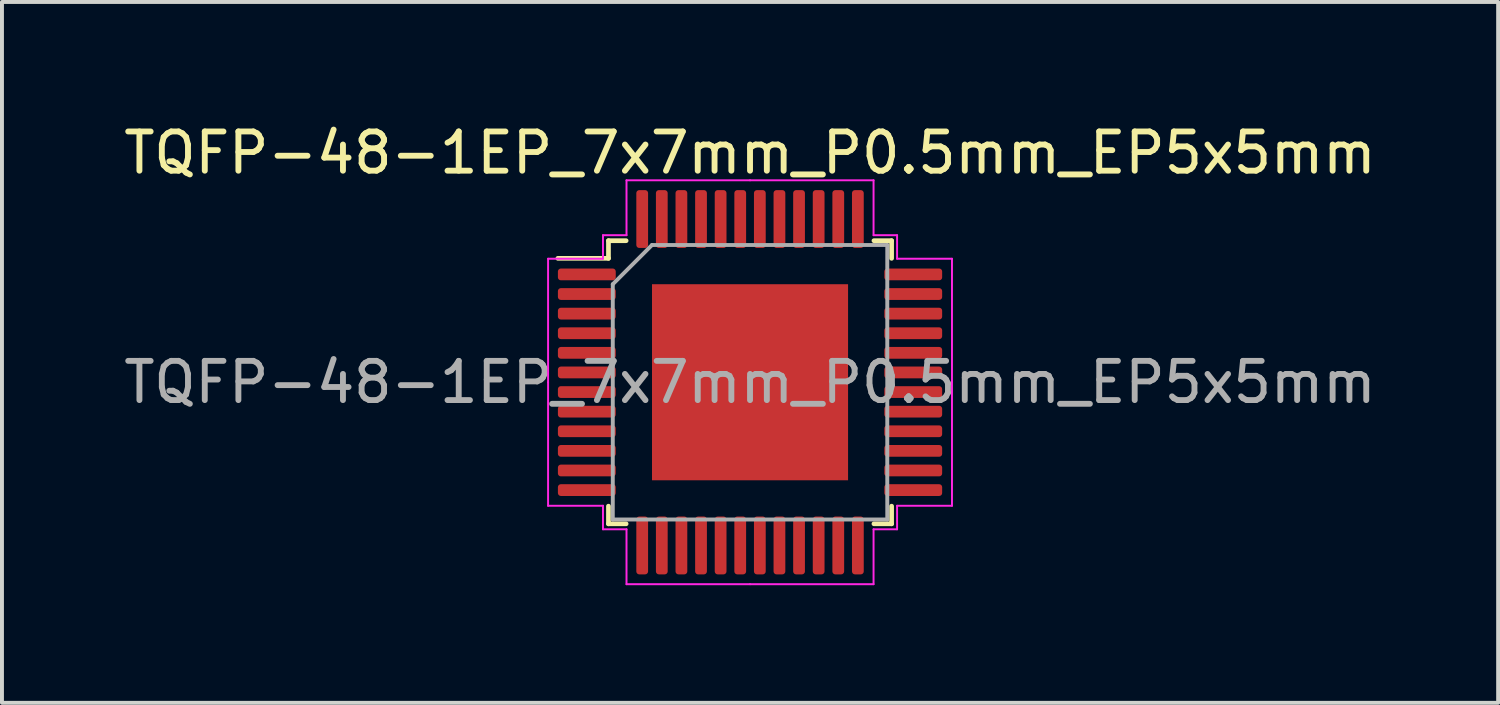
<source format=kicad_pcb>
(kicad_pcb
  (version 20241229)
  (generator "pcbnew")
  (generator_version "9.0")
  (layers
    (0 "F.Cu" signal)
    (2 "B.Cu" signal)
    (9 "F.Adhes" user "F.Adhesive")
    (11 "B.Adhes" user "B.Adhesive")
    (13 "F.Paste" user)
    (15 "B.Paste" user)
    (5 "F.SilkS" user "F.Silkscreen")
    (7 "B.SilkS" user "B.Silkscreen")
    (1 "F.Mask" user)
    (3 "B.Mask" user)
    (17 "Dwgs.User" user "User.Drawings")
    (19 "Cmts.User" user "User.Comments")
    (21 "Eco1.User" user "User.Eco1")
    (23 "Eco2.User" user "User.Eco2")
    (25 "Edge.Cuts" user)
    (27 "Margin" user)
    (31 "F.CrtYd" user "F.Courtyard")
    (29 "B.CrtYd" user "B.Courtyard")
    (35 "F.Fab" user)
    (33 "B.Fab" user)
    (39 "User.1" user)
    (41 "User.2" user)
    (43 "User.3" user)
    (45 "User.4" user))
  (footprint "TQFP-48-1EP_7x7mm_P0.5mm_EP5x5mm"
    (layer "F.Cu")
    (at 16.077 6.698)
    (property "Reference" "TQFP-48-1EP_7x7mm_P0.5mm_EP5x5mm" (at 0 -5.85 0) (layer "F.SilkS") (effects (font (size 1 1) (thickness 0.15))))
    (attr smd)
    (fp_line (start -3.61 -3.61) (end -3.61 -3.16) (stroke (width 0.12) (type solid)) (layer "F.SilkS"))
    (fp_line (start -3.61 -3.16) (end -4.9 -3.16) (stroke (width 0.12) (type solid)) (layer "F.SilkS"))
    (fp_line (start -3.61 3.61) (end -3.61 3.16) (stroke (width 0.12) (type solid)) (layer "F.SilkS"))
    (fp_line (start -3.16 -3.61) (end -3.61 -3.61) (stroke (width 0.12) (type solid)) (layer "F.SilkS"))
    (fp_line (start -3.16 3.61) (end -3.61 3.61) (stroke (width 0.12) (type solid)) (layer "F.SilkS"))
    (fp_line (start 3.16 -3.61) (end 3.61 -3.61) (stroke (width 0.12) (type solid)) (layer "F.SilkS"))
    (fp_line (start 3.16 3.61) (end 3.61 3.61) (stroke (width 0.12) (type solid)) (layer "F.SilkS"))
    (fp_line (start 3.61 -3.61) (end 3.61 -3.16) (stroke (width 0.12) (type solid)) (layer "F.SilkS"))
    (fp_line (start 3.61 3.61) (end 3.61 3.16) (stroke (width 0.12) (type solid)) (layer "F.SilkS"))
    (fp_line (start -5.15 -3.15) (end -5.15 0) (stroke (width 0.05) (type solid)) (layer "F.CrtYd"))
    (fp_line (start -5.15 3.15) (end -5.15 0) (stroke (width 0.05) (type solid)) (layer "F.CrtYd"))
    (fp_line (start -3.75 -3.75) (end -3.75 -3.15) (stroke (width 0.05) (type solid)) (layer "F.CrtYd"))
    (fp_line (start -3.75 -3.15) (end -5.15 -3.15) (stroke (width 0.05) (type solid)) (layer "F.CrtYd"))
    (fp_line (start -3.75 3.15) (end -5.15 3.15) (stroke (width 0.05) (type solid)) (layer "F.CrtYd"))
    (fp_line (start -3.75 3.75) (end -3.75 3.15) (stroke (width 0.05) (type solid)) (layer "F.CrtYd"))
    (fp_line (start -3.15 -5.15) (end -3.15 -3.75) (stroke (width 0.05) (type solid)) (layer "F.CrtYd"))
    (fp_line (start -3.15 -3.75) (end -3.75 -3.75) (stroke (width 0.05) (type solid)) (layer "F.CrtYd"))
    (fp_line (start -3.15 3.75) (end -3.75 3.75) (stroke (width 0.05) (type solid)) (layer "F.CrtYd"))
    (fp_line (start -3.15 5.15) (end -3.15 3.75) (stroke (width 0.05) (type solid)) (layer "F.CrtYd"))
    (fp_line (start 0 -5.15) (end -3.15 -5.15) (stroke (width 0.05) (type solid)) (layer "F.CrtYd"))
    (fp_line (start 0 -5.15) (end 3.15 -5.15) (stroke (width 0.05) (type solid)) (layer "F.CrtYd"))
    (fp_line (start 0 5.15) (end -3.15 5.15) (stroke (width 0.05) (type solid)) (layer "F.CrtYd"))
    (fp_line (start 0 5.15) (end 3.15 5.15) (stroke (width 0.05) (type solid)) (layer "F.CrtYd"))
    (fp_line (start 3.15 -5.15) (end 3.15 -3.75) (stroke (width 0.05) (type solid)) (layer "F.CrtYd"))
    (fp_line (start 3.15 -3.75) (end 3.75 -3.75) (stroke (width 0.05) (type solid)) (layer "F.CrtYd"))
    (fp_line (start 3.15 3.75) (end 3.75 3.75) (stroke (width 0.05) (type solid)) (layer "F.CrtYd"))
    (fp_line (start 3.15 5.15) (end 3.15 3.75) (stroke (width 0.05) (type solid)) (layer "F.CrtYd"))
    (fp_line (start 3.75 -3.75) (end 3.75 -3.15) (stroke (width 0.05) (type solid)) (layer "F.CrtYd"))
    (fp_line (start 3.75 -3.15) (end 5.15 -3.15) (stroke (width 0.05) (type solid)) (layer "F.CrtYd"))
    (fp_line (start 3.75 3.15) (end 5.15 3.15) (stroke (width 0.05) (type solid)) (layer "F.CrtYd"))
    (fp_line (start 3.75 3.75) (end 3.75 3.15) (stroke (width 0.05) (type solid)) (layer "F.CrtYd"))
    (fp_line (start 5.15 -3.15) (end 5.15 0) (stroke (width 0.05) (type solid)) (layer "F.CrtYd"))
    (fp_line (start 5.15 3.15) (end 5.15 0) (stroke (width 0.05) (type solid)) (layer "F.CrtYd"))
    (fp_line (start -3.5 -2.5) (end -2.5 -3.5) (stroke (width 0.1) (type solid)) (layer "F.Fab"))
    (fp_line (start -3.5 3.5) (end -3.5 -2.5) (stroke (width 0.1) (type solid)) (layer "F.Fab"))
    (fp_line (start -2.5 -3.5) (end 3.5 -3.5) (stroke (width 0.1) (type solid)) (layer "F.Fab"))
    (fp_line (start 3.5 -3.5) (end 3.5 3.5) (stroke (width 0.1) (type solid)) (layer "F.Fab"))
    (fp_line (start 3.5 3.5) (end -3.5 3.5) (stroke (width 0.1) (type solid)) (layer "F.Fab"))
    (fp_text user "${REFERENCE}" (at 0 0 0) (layer "F.Fab") (effects (font (size 1 1) (thickness 0.15))))
    (pad "" smd roundrect (at -1.875 -1.875) (size 1.01 1.01) (layers "F.Paste") (roundrect_rratio 0.248))
    (pad "" smd roundrect (at -1.875 -0.625) (size 1.01 1.01) (layers "F.Paste") (roundrect_rratio 0.248))
    (pad "" smd roundrect (at -1.875 0.625) (size 1.01 1.01) (layers "F.Paste") (roundrect_rratio 0.248))
    (pad "" smd roundrect (at -1.875 1.875) (size 1.01 1.01) (layers "F.Paste") (roundrect_rratio 0.248))
    (pad "" smd roundrect (at -0.625 -1.875) (size 1.01 1.01) (layers "F.Paste") (roundrect_rratio 0.248))
    (pad "" smd roundrect (at -0.625 -0.625) (size 1.01 1.01) (layers "F.Paste") (roundrect_rratio 0.248))
    (pad "" smd roundrect (at -0.625 0.625) (size 1.01 1.01) (layers "F.Paste") (roundrect_rratio 0.248))
    (pad "" smd roundrect (at -0.625 1.875) (size 1.01 1.01) (layers "F.Paste") (roundrect_rratio 0.248))
    (pad "" smd roundrect (at 0.625 -1.875) (size 1.01 1.01) (layers "F.Paste") (roundrect_rratio 0.248))
    (pad "" smd roundrect (at 0.625 -0.625) (size 1.01 1.01) (layers "F.Paste") (roundrect_rratio 0.248))
    (pad "" smd roundrect (at 0.625 0.625) (size 1.01 1.01) (layers "F.Paste") (roundrect_rratio 0.248))
    (pad "" smd roundrect (at 0.625 1.875) (size 1.01 1.01) (layers "F.Paste") (roundrect_rratio 0.248))
    (pad "" smd roundrect (at 1.875 -1.875) (size 1.01 1.01) (layers "F.Paste") (roundrect_rratio 0.248))
    (pad "" smd roundrect (at 1.875 -0.625) (size 1.01 1.01) (layers "F.Paste") (roundrect_rratio 0.248))
    (pad "" smd roundrect (at 1.875 0.625) (size 1.01 1.01) (layers "F.Paste") (roundrect_rratio 0.248))
    (pad "" smd roundrect (at 1.875 1.875) (size 1.01 1.01) (layers "F.Paste") (roundrect_rratio 0.248))
    (pad "1" smd roundrect (at -4.162 -2.75) (size 1.475 0.3) (layers "F.Cu" "F.Mask" "F.Paste") (roundrect_rratio 0.25))
    (pad "2" smd roundrect (at -4.162 -2.25) (size 1.475 0.3) (layers "F.Cu" "F.Mask" "F.Paste") (roundrect_rratio 0.25))
    (pad "3" smd roundrect (at -4.162 -1.75) (size 1.475 0.3) (layers "F.Cu" "F.Mask" "F.Paste") (roundrect_rratio 0.25))
    (pad "4" smd roundrect (at -4.162 -1.25) (size 1.475 0.3) (layers "F.Cu" "F.Mask" "F.Paste") (roundrect_rratio 0.25))
    (pad "5" smd roundrect (at -4.162 -0.75) (size 1.475 0.3) (layers "F.Cu" "F.Mask" "F.Paste") (roundrect_rratio 0.25))
    (pad "6" smd roundrect (at -4.162 -0.25) (size 1.475 0.3) (layers "F.Cu" "F.Mask" "F.Paste") (roundrect_rratio 0.25))
    (pad "7" smd roundrect (at -4.162 0.25) (size 1.475 0.3) (layers "F.Cu" "F.Mask" "F.Paste") (roundrect_rratio 0.25))
    (pad "8" smd roundrect (at -4.162 0.75) (size 1.475 0.3) (layers "F.Cu" "F.Mask" "F.Paste") (roundrect_rratio 0.25))
    (pad "9" smd roundrect (at -4.162 1.25) (size 1.475 0.3) (layers "F.Cu" "F.Mask" "F.Paste") (roundrect_rratio 0.25))
    (pad "10" smd roundrect (at -4.162 1.75) (size 1.475 0.3) (layers "F.Cu" "F.Mask" "F.Paste") (roundrect_rratio 0.25))
    (pad "11" smd roundrect (at -4.162 2.25) (size 1.475 0.3) (layers "F.Cu" "F.Mask" "F.Paste") (roundrect_rratio 0.25))
    (pad "12" smd roundrect (at -4.162 2.75) (size 1.475 0.3) (layers "F.Cu" "F.Mask" "F.Paste") (roundrect_rratio 0.25))
    (pad "13" smd roundrect (at -2.75 4.162) (size 0.3 1.475) (layers "F.Cu" "F.Mask" "F.Paste") (roundrect_rratio 0.25))
    (pad "14" smd roundrect (at -2.25 4.162) (size 0.3 1.475) (layers "F.Cu" "F.Mask" "F.Paste") (roundrect_rratio 0.25))
    (pad "15" smd roundrect (at -1.75 4.162) (size 0.3 1.475) (layers "F.Cu" "F.Mask" "F.Paste") (roundrect_rratio 0.25))
    (pad "16" smd roundrect (at -1.25 4.162) (size 0.3 1.475) (layers "F.Cu" "F.Mask" "F.Paste") (roundrect_rratio 0.25))
    (pad "17" smd roundrect (at -0.75 4.162) (size 0.3 1.475) (layers "F.Cu" "F.Mask" "F.Paste") (roundrect_rratio 0.25))
    (pad "18" smd roundrect (at -0.25 4.162) (size 0.3 1.475) (layers "F.Cu" "F.Mask" "F.Paste") (roundrect_rratio 0.25))
    (pad "19" smd roundrect (at 0.25 4.162) (size 0.3 1.475) (layers "F.Cu" "F.Mask" "F.Paste") (roundrect_rratio 0.25))
    (pad "20" smd roundrect (at 0.75 4.162) (size 0.3 1.475) (layers "F.Cu" "F.Mask" "F.Paste") (roundrect_rratio 0.25))
    (pad "21" smd roundrect (at 1.25 4.162) (size 0.3 1.475) (layers "F.Cu" "F.Mask" "F.Paste") (roundrect_rratio 0.25))
    (pad "22" smd roundrect (at 1.75 4.162) (size 0.3 1.475) (layers "F.Cu" "F.Mask" "F.Paste") (roundrect_rratio 0.25))
    (pad "23" smd roundrect (at 2.25 4.162) (size 0.3 1.475) (layers "F.Cu" "F.Mask" "F.Paste") (roundrect_rratio 0.25))
    (pad "24" smd roundrect (at 2.75 4.162) (size 0.3 1.475) (layers "F.Cu" "F.Mask" "F.Paste") (roundrect_rratio 0.25))
    (pad "25" smd roundrect (at 4.162 2.75) (size 1.475 0.3) (layers "F.Cu" "F.Mask" "F.Paste") (roundrect_rratio 0.25))
    (pad "26" smd roundrect (at 4.162 2.25) (size 1.475 0.3) (layers "F.Cu" "F.Mask" "F.Paste") (roundrect_rratio 0.25))
    (pad "27" smd roundrect (at 4.162 1.75) (size 1.475 0.3) (layers "F.Cu" "F.Mask" "F.Paste") (roundrect_rratio 0.25))
    (pad "28" smd roundrect (at 4.162 1.25) (size 1.475 0.3) (layers "F.Cu" "F.Mask" "F.Paste") (roundrect_rratio 0.25))
    (pad "29" smd roundrect (at 4.162 0.75) (size 1.475 0.3) (layers "F.Cu" "F.Mask" "F.Paste") (roundrect_rratio 0.25))
    (pad "30" smd roundrect (at 4.162 0.25) (size 1.475 0.3) (layers "F.Cu" "F.Mask" "F.Paste") (roundrect_rratio 0.25))
    (pad "31" smd roundrect (at 4.162 -0.25) (size 1.475 0.3) (layers "F.Cu" "F.Mask" "F.Paste") (roundrect_rratio 0.25))
    (pad "32" smd roundrect (at 4.162 -0.75) (size 1.475 0.3) (layers "F.Cu" "F.Mask" "F.Paste") (roundrect_rratio 0.25))
    (pad "33" smd roundrect (at 4.162 -1.25) (size 1.475 0.3) (layers "F.Cu" "F.Mask" "F.Paste") (roundrect_rratio 0.25))
    (pad "34" smd roundrect (at 4.162 -1.75) (size 1.475 0.3) (layers "F.Cu" "F.Mask" "F.Paste") (roundrect_rratio 0.25))
    (pad "35" smd roundrect (at 4.162 -2.25) (size 1.475 0.3) (layers "F.Cu" "F.Mask" "F.Paste") (roundrect_rratio 0.25))
    (pad "36" smd roundrect (at 4.162 -2.75) (size 1.475 0.3) (layers "F.Cu" "F.Mask" "F.Paste") (roundrect_rratio 0.25))
    (pad "37" smd roundrect (at 2.75 -4.162) (size 0.3 1.475) (layers "F.Cu" "F.Mask" "F.Paste") (roundrect_rratio 0.25))
    (pad "38" smd roundrect (at 2.25 -4.162) (size 0.3 1.475) (layers "F.Cu" "F.Mask" "F.Paste") (roundrect_rratio 0.25))
    (pad "39" smd roundrect (at 1.75 -4.162) (size 0.3 1.475) (layers "F.Cu" "F.Mask" "F.Paste") (roundrect_rratio 0.25))
    (pad "40" smd roundrect (at 1.25 -4.162) (size 0.3 1.475) (layers "F.Cu" "F.Mask" "F.Paste") (roundrect_rratio 0.25))
    (pad "41" smd roundrect (at 0.75 -4.162) (size 0.3 1.475) (layers "F.Cu" "F.Mask" "F.Paste") (roundrect_rratio 0.25))
    (pad "42" smd roundrect (at 0.25 -4.162) (size 0.3 1.475) (layers "F.Cu" "F.Mask" "F.Paste") (roundrect_rratio 0.25))
    (pad "43" smd roundrect (at -0.25 -4.162) (size 0.3 1.475) (layers "F.Cu" "F.Mask" "F.Paste") (roundrect_rratio 0.25))
    (pad "44" smd roundrect (at -0.75 -4.162) (size 0.3 1.475) (layers "F.Cu" "F.Mask" "F.Paste") (roundrect_rratio 0.25))
    (pad "45" smd roundrect (at -1.25 -4.162) (size 0.3 1.475) (layers "F.Cu" "F.Mask" "F.Paste") (roundrect_rratio 0.25))
    (pad "46" smd roundrect (at -1.75 -4.162) (size 0.3 1.475) (layers "F.Cu" "F.Mask" "F.Paste") (roundrect_rratio 0.25))
    (pad "47" smd roundrect (at -2.25 -4.162) (size 0.3 1.475) (layers "F.Cu" "F.Mask" "F.Paste") (roundrect_rratio 0.25))
    (pad "48" smd roundrect (at -2.75 -4.162) (size 0.3 1.475) (layers "F.Cu" "F.Mask" "F.Paste") (roundrect_rratio 0.25))
    (pad "49" smd rect (at 0 0) (size 5 5) (layers "F.Cu" "F.Mask")))
  (gr_rect
    (start -3 -3)
    (end 35.155 14.873)
    (stroke (width 0.1) (type default))
    (fill no)
    (layer "Edge.Cuts")))
</source>
